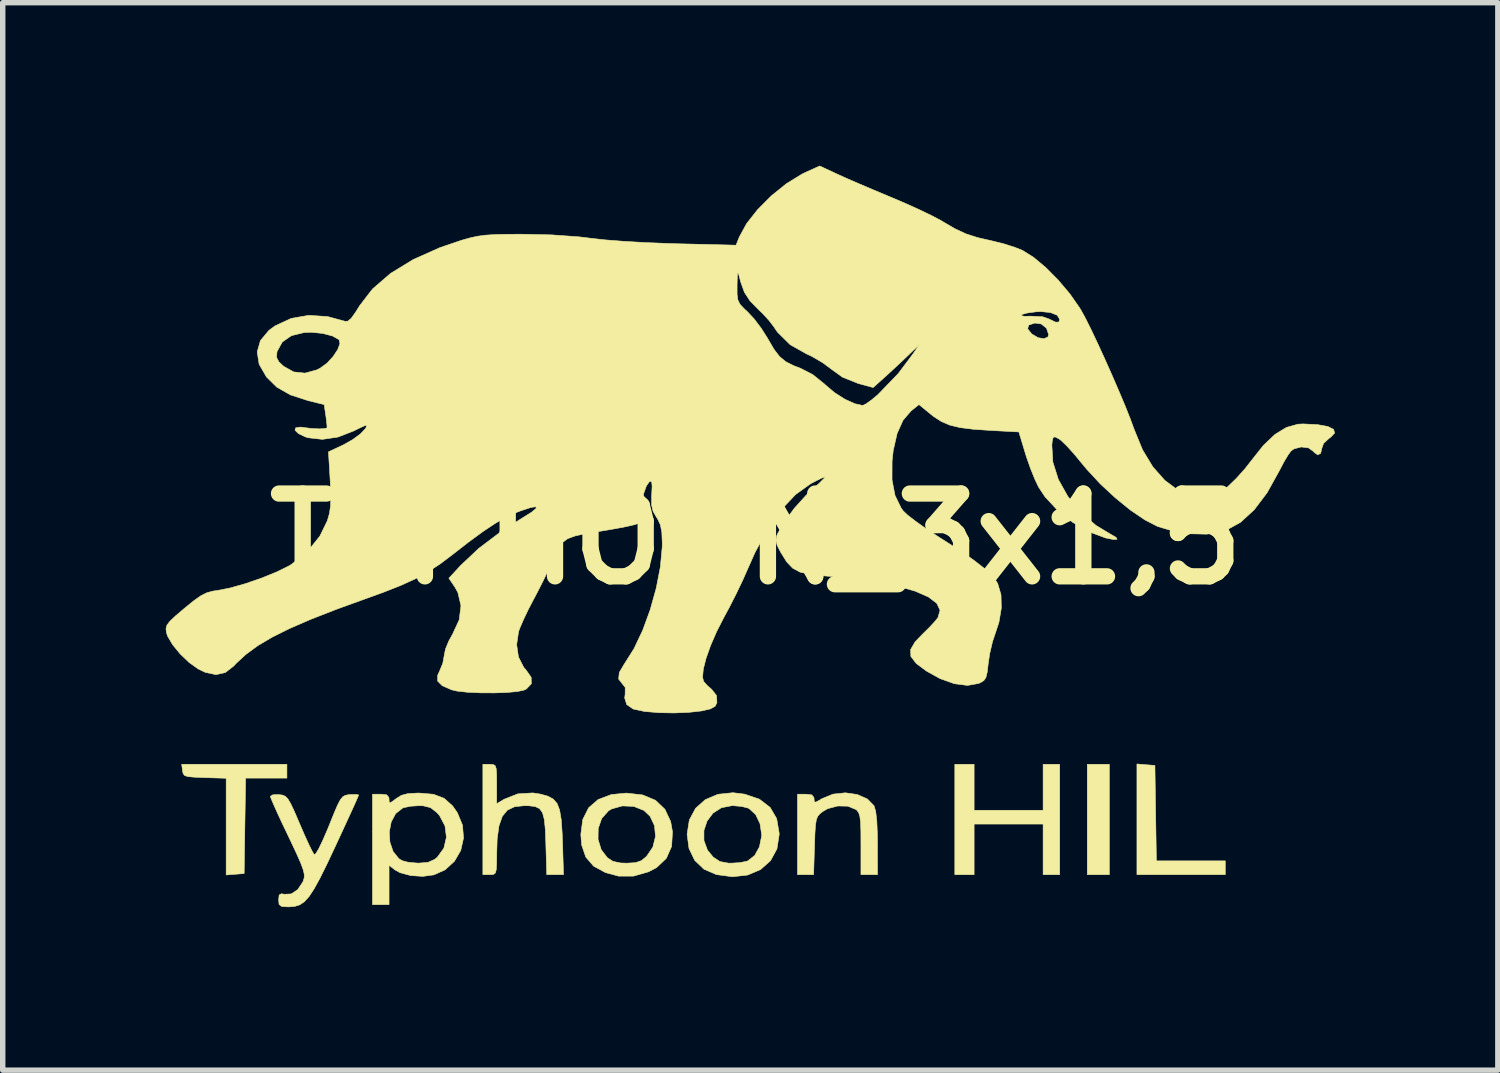
<source format=kicad_pcb>
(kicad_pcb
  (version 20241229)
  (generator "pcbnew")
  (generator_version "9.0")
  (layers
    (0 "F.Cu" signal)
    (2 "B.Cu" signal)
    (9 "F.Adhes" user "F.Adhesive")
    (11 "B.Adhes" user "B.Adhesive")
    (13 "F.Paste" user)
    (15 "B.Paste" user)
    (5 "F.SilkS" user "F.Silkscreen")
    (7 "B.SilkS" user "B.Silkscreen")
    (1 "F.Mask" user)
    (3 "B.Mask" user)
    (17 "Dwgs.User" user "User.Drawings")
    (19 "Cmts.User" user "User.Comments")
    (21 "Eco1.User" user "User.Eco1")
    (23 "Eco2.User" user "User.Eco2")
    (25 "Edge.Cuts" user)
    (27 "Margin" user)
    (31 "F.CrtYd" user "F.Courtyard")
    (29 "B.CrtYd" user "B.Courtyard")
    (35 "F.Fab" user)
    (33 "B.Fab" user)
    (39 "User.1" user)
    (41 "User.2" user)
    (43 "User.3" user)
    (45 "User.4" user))
  (footprint "TYPHOON_3x1,5"
    (layer "F.Cu")
    (at 10.867 6.869)
    (property "Reference" "TYPHOON_3x1,5" (at 0 0 0) (layer "F.SilkS") (effects (font (size 1.524 1.524) (thickness 0.3))))
    (attr through_hole)
    (fp_poly (pts (xy 6.502 6.181) (xy 6.096 6.181) (xy 6.096 4.149) (xy 6.502 4.149) (xy 6.502 6.181)) (stroke (width 0.01) (type solid)) (fill yes) (layer "F.SilkS"))
    (fp_poly (pts (xy 7.176 4.157) (xy 7.341 4.17) (xy 7.354 5.048) (xy 7.368 5.927) (xy 8.636 5.927) (xy 8.636 6.181) (xy 7.01 6.181) (xy 7.01 4.143) (xy 7.176 4.157)) (stroke (width 0.01) (type solid)) (fill yes) (layer "F.SilkS"))
    (fp_poly (pts (xy 4.013 4.995) (xy 5.283 4.995) (xy 5.283 4.149) (xy 5.588 4.149) (xy 5.588 6.181) (xy 5.283 6.181) (xy 5.283 5.249) (xy 4.013 5.249) (xy 4.013 6.181) (xy 3.658 6.181) (xy 3.658 4.149) (xy 4.013 4.149) (xy 4.013 4.995)) (stroke (width 0.01) (type solid)) (fill yes) (layer "F.SilkS"))
    (fp_poly (pts (xy -8.636 4.403) (xy -9.396 4.403) (xy -9.41 5.281) (xy -9.423 6.16) (xy -9.588 6.173) (xy -9.754 6.186) (xy -9.754 4.406) (xy -10.147 4.394) (xy -10.345 4.386) (xy -10.463 4.375) (xy -10.524 4.352) (xy -10.549 4.311) (xy -10.557 4.265) (xy -10.573 4.149) (xy -8.636 4.149) (xy -8.636 4.403)) (stroke (width 0.01) (type solid)) (fill yes) (layer "F.SilkS"))
    (fp_poly (pts (xy 1.862 4.705) (xy 2.048 4.787) (xy 2.17 4.911) (xy 2.201 5.012) (xy 2.222 5.192) (xy 2.233 5.449) (xy 2.234 5.599) (xy 2.235 6.181) (xy 1.93 6.181) (xy 1.93 5.616) (xy 1.929 5.382) (xy 1.923 5.218) (xy 1.91 5.109) (xy 1.888 5.04) (xy 1.855 4.995) (xy 1.837 4.981) (xy 1.689 4.92) (xy 1.504 4.916) (xy 1.32 4.965) (xy 1.235 5.013) (xy 1.176 5.058) (xy 1.135 5.105) (xy 1.109 5.17) (xy 1.093 5.27) (xy 1.083 5.421) (xy 1.076 5.64) (xy 1.075 5.648) (xy 1.059 6.181) (xy 0.762 6.181) (xy 0.762 4.699) (xy 0.914 4.699) (xy 1.026 4.712) (xy 1.065 4.761) (xy 1.067 4.785) (xy 1.071 4.84) (xy 1.101 4.845) (xy 1.181 4.801) (xy 1.211 4.782) (xy 1.416 4.698) (xy 1.642 4.674) (xy 1.862 4.705)) (stroke (width 0.01) (type solid)) (fill yes) (layer "F.SilkS"))
    (fp_poly (pts (xy -4.841 4.152) (xy -4.803 4.173) (xy -4.784 4.228) (xy -4.776 4.334) (xy -4.775 4.509) (xy -4.775 4.511) (xy -4.775 4.874) (xy -4.636 4.792) (xy -4.385 4.693) (xy -4.11 4.676) (xy -3.967 4.698) (xy -3.832 4.736) (xy -3.733 4.79) (xy -3.662 4.871) (xy -3.616 4.993) (xy -3.587 5.168) (xy -3.57 5.407) (xy -3.563 5.575) (xy -3.545 6.181) (xy -3.853 6.181) (xy -3.87 5.606) (xy -3.88 5.348) (xy -3.898 5.163) (xy -3.932 5.039) (xy -3.987 4.964) (xy -4.071 4.925) (xy -4.191 4.912) (xy -4.271 4.911) (xy -4.446 4.93) (xy -4.578 4.993) (xy -4.672 5.108) (xy -4.733 5.283) (xy -4.766 5.526) (xy -4.774 5.789) (xy -4.776 5.972) (xy -4.782 6.087) (xy -4.799 6.149) (xy -4.832 6.175) (xy -4.886 6.181) (xy -4.902 6.181) (xy -5.029 6.181) (xy -5.029 4.149) (xy -4.902 4.149) (xy -4.841 4.152)) (stroke (width 0.01) (type solid)) (fill yes) (layer "F.SilkS"))
    (fp_poly (pts (xy -2.088 4.713) (xy -1.851 4.812) (xy -1.678 4.977) (xy -1.572 5.204) (xy -1.539 5.392) (xy -1.555 5.661) (xy -1.652 5.88) (xy -1.831 6.05) (xy -1.979 6.128) (xy -2.26 6.208) (xy -2.534 6.207) (xy -2.773 6.142) (xy -2.991 6.024) (xy -3.135 5.856) (xy -3.211 5.633) (xy -3.219 5.53) (xy -2.909 5.53) (xy -2.851 5.72) (xy -2.739 5.867) (xy -2.634 5.936) (xy -2.497 5.965) (xy -2.383 5.969) (xy -2.22 5.96) (xy -2.112 5.923) (xy -2.017 5.845) (xy -1.901 5.675) (xy -1.852 5.479) (xy -1.869 5.281) (xy -1.951 5.107) (xy -2.065 4.998) (xy -2.252 4.924) (xy -2.462 4.915) (xy -2.657 4.97) (xy -2.718 5.006) (xy -2.842 5.147) (xy -2.906 5.33) (xy -2.909 5.53) (xy -3.219 5.53) (xy -3.226 5.44) (xy -3.19 5.165) (xy -3.083 4.95) (xy -2.907 4.797) (xy -2.665 4.706) (xy -2.388 4.679) (xy -2.088 4.713)) (stroke (width 0.01) (type solid)) (fill yes) (layer "F.SilkS"))
    (fp_poly (pts (xy -0.208 4.699) (xy 0.062 4.792) (xy 0.258 4.942) (xy 0.379 5.149) (xy 0.424 5.413) (xy 0.425 5.441) (xy 0.384 5.706) (xy 0.266 5.923) (xy 0.083 6.086) (xy -0.154 6.187) (xy -0.434 6.219) (xy -0.731 6.179) (xy -0.96 6.08) (xy -1.13 5.917) (xy -1.235 5.698) (xy -1.27 5.437) (xy -1.259 5.367) (xy -0.96 5.367) (xy -0.96 5.551) (xy -0.895 5.729) (xy -0.789 5.858) (xy -0.666 5.939) (xy -0.512 5.968) (xy -0.456 5.969) (xy -0.298 5.959) (xy -0.169 5.933) (xy -0.15 5.925) (xy -0.025 5.826) (xy 0.062 5.668) (xy 0.101 5.473) (xy 0.102 5.44) (xy 0.072 5.241) (xy -0.008 5.075) (xy -0.128 4.965) (xy -0.15 4.954) (xy -0.265 4.925) (xy -0.42 4.911) (xy -0.444 4.911) (xy -0.638 4.948) (xy -0.793 5.048) (xy -0.902 5.193) (xy -0.96 5.367) (xy -1.259 5.367) (xy -1.229 5.174) (xy -1.114 4.959) (xy -0.934 4.799) (xy -0.702 4.701) (xy -0.426 4.672) (xy -0.208 4.699)) (stroke (width 0.01) (type solid)) (fill yes) (layer "F.SilkS"))
    (fp_poly (pts (xy -5.937 4.701) (xy -5.741 4.776) (xy -5.586 4.915) (xy -5.499 5.039) (xy -5.404 5.269) (xy -5.385 5.506) (xy -5.436 5.734) (xy -5.552 5.934) (xy -5.725 6.092) (xy -5.93 6.184) (xy -6.136 6.212) (xy -6.357 6.197) (xy -6.552 6.145) (xy -6.647 6.093) (xy -6.756 6.008) (xy -6.756 6.731) (xy -7.061 6.731) (xy -7.061 5.392) (xy -6.751 5.392) (xy -6.74 5.581) (xy -6.682 5.753) (xy -6.577 5.884) (xy -6.515 5.923) (xy -6.409 5.951) (xy -6.255 5.966) (xy -6.208 5.968) (xy -6.038 5.954) (xy -5.918 5.9) (xy -5.869 5.861) (xy -5.747 5.693) (xy -5.7 5.492) (xy -5.726 5.284) (xy -5.827 5.092) (xy -5.876 5.037) (xy -5.992 4.947) (xy -6.127 4.913) (xy -6.205 4.911) (xy -6.362 4.921) (xy -6.489 4.948) (xy -6.505 4.954) (xy -6.634 5.056) (xy -6.716 5.209) (xy -6.751 5.392) (xy -7.061 5.392) (xy -7.061 4.699) (xy -6.909 4.699) (xy -6.799 4.711) (xy -6.759 4.76) (xy -6.756 4.791) (xy -6.753 4.85) (xy -6.726 4.854) (xy -6.653 4.802) (xy -6.626 4.781) (xy -6.528 4.72) (xy -6.411 4.689) (xy -6.237 4.679) (xy -6.197 4.679) (xy -5.937 4.701)) (stroke (width 0.01) (type solid)) (fill yes) (layer "F.SilkS"))
    (fp_poly (pts (xy -7.316 4.713) (xy -7.315 4.714) (xy -7.333 4.758) (xy -7.382 4.87) (xy -7.458 5.037) (xy -7.556 5.25) (xy -7.67 5.497) (xy -7.745 5.659) (xy -7.9 5.988) (xy -8.028 6.246) (xy -8.135 6.441) (xy -8.228 6.582) (xy -8.313 6.677) (xy -8.398 6.735) (xy -8.489 6.764) (xy -8.593 6.773) (xy -8.613 6.773) (xy -8.732 6.766) (xy -8.78 6.729) (xy -8.788 6.643) (xy -8.779 6.555) (xy -8.737 6.532) (xy -8.683 6.541) (xy -8.556 6.535) (xy -8.437 6.456) (xy -8.344 6.317) (xy -8.333 6.291) (xy -8.317 6.235) (xy -8.317 6.17) (xy -8.338 6.083) (xy -8.383 5.962) (xy -8.458 5.793) (xy -8.566 5.563) (xy -8.61 5.471) (xy -8.718 5.245) (xy -8.811 5.045) (xy -8.883 4.884) (xy -8.928 4.777) (xy -8.941 4.739) (xy -8.897 4.711) (xy -8.789 4.706) (xy -8.782 4.707) (xy -8.717 4.716) (xy -8.665 4.738) (xy -8.618 4.786) (xy -8.566 4.874) (xy -8.5 5.014) (xy -8.412 5.219) (xy -8.399 5.249) (xy -8.313 5.448) (xy -8.235 5.619) (xy -8.173 5.745) (xy -8.135 5.809) (xy -8.132 5.814) (xy -8.101 5.789) (xy -8.047 5.697) (xy -7.976 5.55) (xy -7.895 5.363) (xy -7.863 5.285) (xy -7.773 5.062) (xy -7.707 4.907) (xy -7.655 4.806) (xy -7.61 4.749) (xy -7.563 4.721) (xy -7.505 4.709) (xy -7.476 4.707) (xy -7.366 4.704) (xy -7.316 4.713)) (stroke (width 0.01) (type solid)) (fill yes) (layer "F.SilkS"))
    (fp_poly (pts (xy 1.487 -6.717) (xy 1.65 -6.643) (xy 1.878 -6.544) (xy 2.143 -6.431) (xy 2.417 -6.316) (xy 2.489 -6.286) (xy 2.756 -6.172) (xy 3.012 -6.056) (xy 3.234 -5.949) (xy 3.396 -5.864) (xy 3.429 -5.844) (xy 3.66 -5.709) (xy 3.862 -5.615) (xy 4.08 -5.545) (xy 4.339 -5.486) (xy 4.555 -5.433) (xy 4.767 -5.365) (xy 4.906 -5.309) (xy 5.108 -5.182) (xy 5.332 -4.995) (xy 5.559 -4.766) (xy 5.773 -4.513) (xy 5.955 -4.253) (xy 5.98 -4.212) (xy 6.059 -4.068) (xy 6.163 -3.86) (xy 6.284 -3.605) (xy 6.415 -3.319) (xy 6.548 -3.021) (xy 6.676 -2.725) (xy 6.792 -2.45) (xy 6.887 -2.211) (xy 6.955 -2.026) (xy 6.961 -2.011) (xy 7.113 -1.64) (xy 7.302 -1.327) (xy 7.523 -1.077) (xy 7.768 -0.896) (xy 8.034 -0.79) (xy 8.262 -0.762) (xy 8.38 -0.772) (xy 8.484 -0.812) (xy 8.604 -0.896) (xy 8.686 -0.965) (xy 8.838 -1.112) (xy 8.999 -1.291) (xy 9.116 -1.441) (xy 9.338 -1.721) (xy 9.551 -1.923) (xy 9.76 -2.051) (xy 9.973 -2.111) (xy 10.069 -2.116) (xy 10.335 -2.103) (xy 10.524 -2.069) (xy 10.63 -2.016) (xy 10.649 -1.948) (xy 10.573 -1.868) (xy 10.549 -1.853) (xy 10.446 -1.758) (xy 10.414 -1.671) (xy 10.392 -1.575) (xy 10.339 -1.546) (xy 10.273 -1.592) (xy 10.262 -1.607) (xy 10.169 -1.675) (xy 10.035 -1.692) (xy 9.902 -1.658) (xy 9.847 -1.619) (xy 9.792 -1.544) (xy 9.716 -1.417) (xy 9.635 -1.263) (xy 9.628 -1.249) (xy 9.407 -0.851) (xy 9.169 -0.536) (xy 8.916 -0.304) (xy 8.647 -0.156) (xy 8.551 -0.125) (xy 8.295 -0.087) (xy 7.992 -0.094) (xy 7.679 -0.143) (xy 7.393 -0.228) (xy 7.39 -0.229) (xy 7.156 -0.35) (xy 6.89 -0.53) (xy 6.612 -0.756) (xy 6.337 -1.011) (xy 6.085 -1.283) (xy 5.983 -1.406) (xy 5.849 -1.568) (xy 5.723 -1.707) (xy 5.621 -1.806) (xy 5.578 -1.839) (xy 5.505 -1.877) (xy 5.468 -1.869) (xy 5.451 -1.799) (xy 5.444 -1.726) (xy 5.462 -1.416) (xy 5.563 -1.095) (xy 5.738 -0.782) (xy 5.973 -0.494) (xy 6.256 -0.248) (xy 6.514 -0.093) (xy 6.626 -0.028) (xy 6.645 0.008) (xy 6.575 0.011) (xy 6.433 -0.017) (xy 6.13 -0.13) (xy 5.827 -0.305) (xy 5.548 -0.527) (xy 5.318 -0.775) (xy 5.2 -0.953) (xy 5.13 -1.1) (xy 5.051 -1.296) (xy 4.978 -1.504) (xy 4.956 -1.574) (xy 4.837 -1.968) (xy 4.336 -1.995) (xy 4.007 -2.017) (xy 3.757 -2.048) (xy 3.565 -2.094) (xy 3.409 -2.161) (xy 3.267 -2.253) (xy 3.217 -2.293) (xy 2.998 -2.472) (xy 2.852 -2.355) (xy 2.705 -2.184) (xy 2.595 -1.939) (xy 2.524 -1.625) (xy 2.503 -1.431) (xy 2.502 -1.085) (xy 2.557 -0.8) (xy 2.671 -0.566) (xy 2.708 -0.515) (xy 2.789 -0.438) (xy 2.934 -0.326) (xy 3.124 -0.191) (xy 3.341 -0.048) (xy 3.398 -0.012) (xy 3.74 0.207) (xy 4.004 0.39) (xy 4.201 0.543) (xy 4.339 0.674) (xy 4.429 0.79) (xy 4.449 0.828) (xy 4.508 1.028) (xy 4.514 1.273) (xy 4.47 1.536) (xy 4.414 1.705) (xy 4.352 1.89) (xy 4.301 2.108) (xy 4.274 2.286) (xy 4.255 2.449) (xy 4.231 2.55) (xy 4.192 2.608) (xy 4.129 2.647) (xy 4.095 2.661) (xy 3.892 2.697) (xy 3.65 2.666) (xy 3.384 2.571) (xy 3.136 2.433) (xy 2.946 2.291) (xy 2.849 2.164) (xy 2.844 2.037) (xy 2.928 1.894) (xy 3.066 1.751) (xy 3.192 1.627) (xy 3.296 1.514) (xy 3.348 1.448) (xy 3.386 1.313) (xy 3.326 1.186) (xy 3.172 1.069) (xy 2.928 0.962) (xy 2.598 0.868) (xy 2.184 0.787) (xy 1.692 0.721) (xy 1.258 0.681) (xy 0.994 0.654) (xy 0.807 0.611) (xy 0.672 0.538) (xy 0.564 0.424) (xy 0.457 0.253) (xy 0.455 0.251) (xy 0.387 0.117) (xy 0.364 0.024) (xy 0.381 -0.061) (xy 0.395 -0.094) (xy 0.522 -0.317) (xy 0.703 -0.562) (xy 0.914 -0.796) (xy 1.044 -0.919) (xy 1.164 -1.026) (xy 1.244 -1.106) (xy 1.271 -1.142) (xy 1.269 -1.143) (xy 1.212 -1.121) (xy 1.1 -1.066) (xy 1.004 -1.015) (xy 0.727 -0.817) (xy 0.463 -0.538) (xy 0.213 -0.18) (xy -0.021 0.253) (xy -0.153 0.55) (xy -0.245 0.758) (xy -0.364 1.007) (xy -0.494 1.263) (xy -0.593 1.446) (xy -0.727 1.708) (xy -0.838 1.964) (xy -0.921 2.199) (xy -0.972 2.399) (xy -0.985 2.549) (xy -0.966 2.623) (xy -0.897 2.701) (xy -0.818 2.769) (xy -0.728 2.884) (xy -0.721 3.015) (xy -0.754 3.081) (xy -0.842 3.13) (xy -1.011 3.168) (xy -1.238 3.193) (xy -1.504 3.204) (xy -1.786 3.199) (xy -2.051 3.177) (xy -2.261 3.132) (xy -2.381 3.05) (xy -2.419 2.928) (xy -2.41 2.857) (xy -2.409 2.734) (xy -2.46 2.67) (xy -2.53 2.58) (xy -2.518 2.459) (xy -2.423 2.298) (xy -2.421 2.296) (xy -2.247 2.02) (xy -2.087 1.682) (xy -1.949 1.304) (xy -1.838 0.907) (xy -1.762 0.515) (xy -1.728 0.149) (xy -1.727 0.077) (xy -1.735 -0.118) (xy -1.761 -0.257) (xy -1.813 -0.368) (xy -1.835 -0.401) (xy -1.897 -0.509) (xy -1.924 -0.625) (xy -1.924 -0.783) (xy -1.921 -0.825) (xy -1.914 -0.972) (xy -1.922 -1.047) (xy -1.948 -1.062) (xy -1.963 -1.054) (xy -2.019 -0.976) (xy -2.066 -0.844) (xy -2.098 -0.686) (xy -2.108 -0.533) (xy -2.1 -0.455) (xy -2.089 -0.353) (xy -2.126 -0.3) (xy -2.235 -0.262) (xy -2.242 -0.26) (xy -2.373 -0.23) (xy -2.567 -0.192) (xy -2.787 -0.154) (xy -2.844 -0.145) (xy -3.127 -0.099) (xy -3.329 -0.055) (xy -3.468 -0.004) (xy -3.565 0.067) (xy -3.637 0.167) (xy -3.705 0.307) (xy -3.729 0.365) (xy -3.816 0.557) (xy -3.927 0.788) (xy -4.044 1.017) (xy -4.091 1.105) (xy -4.192 1.298) (xy -4.282 1.487) (xy -4.349 1.643) (xy -4.372 1.707) (xy -4.407 1.946) (xy -4.374 2.174) (xy -4.277 2.364) (xy -4.235 2.412) (xy -4.14 2.547) (xy -4.137 2.667) (xy -4.226 2.761) (xy -4.267 2.782) (xy -4.39 2.809) (xy -4.585 2.827) (xy -4.823 2.835) (xy -5.074 2.834) (xy -5.31 2.823) (xy -5.502 2.802) (xy -5.602 2.779) (xy -5.778 2.702) (xy -5.862 2.617) (xy -5.862 2.512) (xy -5.825 2.431) (xy -5.767 2.291) (xy -5.741 2.15) (xy -5.74 2.141) (xy -5.717 2.027) (xy -5.655 1.877) (xy -5.588 1.757) (xy -5.465 1.491) (xy -5.432 1.23) (xy -5.489 0.987) (xy -5.545 0.886) (xy -5.655 0.724) (xy -5.436 0.487) (xy -5.103 0.174) (xy -4.69 -0.138) (xy -4.299 -0.387) (xy -4.128 -0.494) (xy -4.047 -0.563) (xy -4.054 -0.592) (xy -4.147 -0.578) (xy -4.325 -0.519) (xy -4.394 -0.493) (xy -4.584 -0.408) (xy -4.789 -0.293) (xy -5.022 -0.139) (xy -5.296 0.062) (xy -5.588 0.289) (xy -5.814 0.46) (xy -6.033 0.604) (xy -6.268 0.733) (xy -6.538 0.856) (xy -6.867 0.986) (xy -7.18 1.099) (xy -7.733 1.299) (xy -8.198 1.481) (xy -8.586 1.649) (xy -8.907 1.809) (xy -9.171 1.965) (xy -9.388 2.124) (xy -9.568 2.289) (xy -9.616 2.341) (xy -9.769 2.46) (xy -9.941 2.499) (xy -10.138 2.457) (xy -10.269 2.394) (xy -10.436 2.275) (xy -10.601 2.117) (xy -10.74 1.947) (xy -10.833 1.789) (xy -10.854 1.722) (xy -10.862 1.652) (xy -10.845 1.589) (xy -10.792 1.518) (xy -10.69 1.421) (xy -10.528 1.283) (xy -10.523 1.279) (xy -10.348 1.137) (xy -10.219 1.046) (xy -10.111 0.992) (xy -10.002 0.962) (xy -9.92 0.95) (xy -9.687 0.905) (xy -9.403 0.825) (xy -9.103 0.722) (xy -8.823 0.608) (xy -8.596 0.496) (xy -8.552 0.469) (xy -8.261 0.237) (xy -8.031 -0.049) (xy -7.892 -0.333) (xy -7.854 -0.464) (xy -7.833 -0.605) (xy -7.828 -0.779) (xy -7.836 -1.009) (xy -7.84 -1.086) (xy -7.871 -1.602) (xy -7.602 -1.728) (xy -7.429 -1.825) (xy -7.283 -1.932) (xy -7.188 -2.032) (xy -7.163 -2.092) (xy -7.202 -2.084) (xy -7.302 -2.039) (xy -7.404 -1.988) (xy -7.696 -1.874) (xy -7.983 -1.832) (xy -8.247 -1.862) (xy -8.295 -1.877) (xy -8.426 -1.94) (xy -8.487 -2.001) (xy -8.474 -2.045) (xy -8.386 -2.058) (xy -8.319 -2.049) (xy -8.18 -2.032) (xy -8.038 -2.025) (xy -7.931 -2.032) (xy -7.898 -2.043) (xy -7.898 -2.087) (xy -7.909 -2.188) (xy -7.919 -2.262) (xy -7.95 -2.472) (xy -8.246 -2.545) (xy -8.573 -2.651) (xy -8.822 -2.793) (xy -9.012 -2.98) (xy -9.147 -3.214) (xy -9.167 -3.341) (xy -8.827 -3.341) (xy -8.784 -3.259) (xy -8.697 -3.177) (xy -8.511 -3.073) (xy -8.305 -3.051) (xy -8.085 -3.111) (xy -8.021 -3.144) (xy -7.896 -3.236) (xy -7.785 -3.357) (xy -7.701 -3.484) (xy -7.66 -3.595) (xy -7.676 -3.667) (xy -7.795 -3.734) (xy -7.978 -3.782) (xy -8.188 -3.803) (xy -8.318 -3.798) (xy -8.552 -3.741) (xy -8.721 -3.624) (xy -8.815 -3.454) (xy -8.819 -3.441) (xy -8.827 -3.341) (xy -9.167 -3.341) (xy -9.183 -3.44) (xy -9.124 -3.649) (xy -8.968 -3.837) (xy -8.854 -3.921) (xy -8.558 -4.058) (xy -8.234 -4.115) (xy -7.886 -4.092) (xy -7.565 -4.005) (xy -7.513 -4.008) (xy -7.451 -4.061) (xy -7.37 -4.175) (xy -7.298 -4.291) (xy -7.134 -4.505) (xy -0.35 -4.505) (xy -0.336 -4.399) (xy -0.297 -4.319) (xy -0.219 -4.236) (xy -0.156 -4.178) (xy -0.035 -4.048) (xy 0.096 -3.875) (xy 0.21 -3.695) (xy 0.217 -3.682) (xy 0.33 -3.489) (xy 0.432 -3.356) (xy 0.544 -3.263) (xy 0.69 -3.189) (xy 0.818 -3.14) (xy 1.042 -3.025) (xy 1.262 -2.848) (xy 1.276 -2.834) (xy 1.444 -2.692) (xy 1.634 -2.571) (xy 1.817 -2.488) (xy 1.962 -2.456) (xy 2.023 -2.485) (xy 2.128 -2.56) (xy 2.243 -2.656) (xy 2.617 -3.044) (xy 2.89 -3.408) (xy 3.004 -3.577) (xy 2.81 -3.389) (xy 2.664 -3.25) (xy 2.494 -3.092) (xy 2.386 -2.993) (xy 2.155 -2.786) (xy 1.878 -2.861) (xy 1.591 -2.976) (xy 1.397 -3.116) (xy 1.227 -3.242) (xy 1.027 -3.359) (xy 0.934 -3.402) (xy 0.629 -3.573) (xy 0.393 -3.806) (xy 0.351 -3.868) (xy 4.998 -3.868) (xy 5.072 -3.774) (xy 5.077 -3.77) (xy 5.192 -3.703) (xy 5.299 -3.685) (xy 5.371 -3.716) (xy 5.385 -3.76) (xy 5.346 -3.878) (xy 5.248 -3.956) (xy 5.132 -3.973) (xy 5.019 -3.936) (xy 4.998 -3.868) (xy 0.351 -3.868) (xy 0.322 -3.91) (xy 0.24 -4.018) (xy 0.157 -4.109) (xy 4.877 -4.109) (xy 4.943 -4.097) (xy 5.054 -4.1) (xy 5.276 -4.089) (xy 5.393 -4.047) (xy 5.513 -3.989) (xy 5.574 -3.992) (xy 5.588 -4.041) (xy 5.542 -4.117) (xy 5.419 -4.166) (xy 5.241 -4.184) (xy 5.144 -4.179) (xy 4.986 -4.157) (xy 4.895 -4.131) (xy 4.877 -4.109) (xy 0.157 -4.109) (xy 0.12 -4.149) (xy 0.043 -4.223) (xy -0.113 -4.382) (xy -0.215 -4.539) (xy -0.284 -4.731) (xy -0.303 -4.805) (xy -0.324 -4.882) (xy -0.337 -4.898) (xy -0.345 -4.846) (xy -0.349 -4.718) (xy -0.35 -4.666) (xy -0.35 -4.505) (xy -7.134 -4.505) (xy -7.059 -4.601) (xy -6.729 -4.886) (xy -6.313 -5.141) (xy -5.818 -5.362) (xy -5.426 -5.495) (xy -5.268 -5.54) (xy -5.126 -5.571) (xy -4.977 -5.591) (xy -4.795 -5.602) (xy -4.556 -5.607) (xy -4.318 -5.608) (xy -3.762 -5.596) (xy -3.263 -5.56) (xy -3.048 -5.534) (xy -2.781 -5.504) (xy -2.435 -5.477) (xy -2.034 -5.454) (xy -1.601 -5.437) (xy -1.442 -5.432) (xy -0.369 -5.406) (xy -0.309 -5.557) (xy -0.175 -5.803) (xy 0.029 -6.062) (xy 0.281 -6.315) (xy 0.559 -6.539) (xy 0.842 -6.713) (xy 0.911 -6.747) (xy 1.171 -6.864) (xy 1.487 -6.717)) (stroke (width 0.01) (type solid)) (fill yes) (layer "F.SilkS")))
  (gr_rect
    (start -3 -3)
    (end 24.52 16.648)
    (stroke (width 0.1) (type default))
    (fill no)
    (layer "Edge.Cuts")))
</source>
